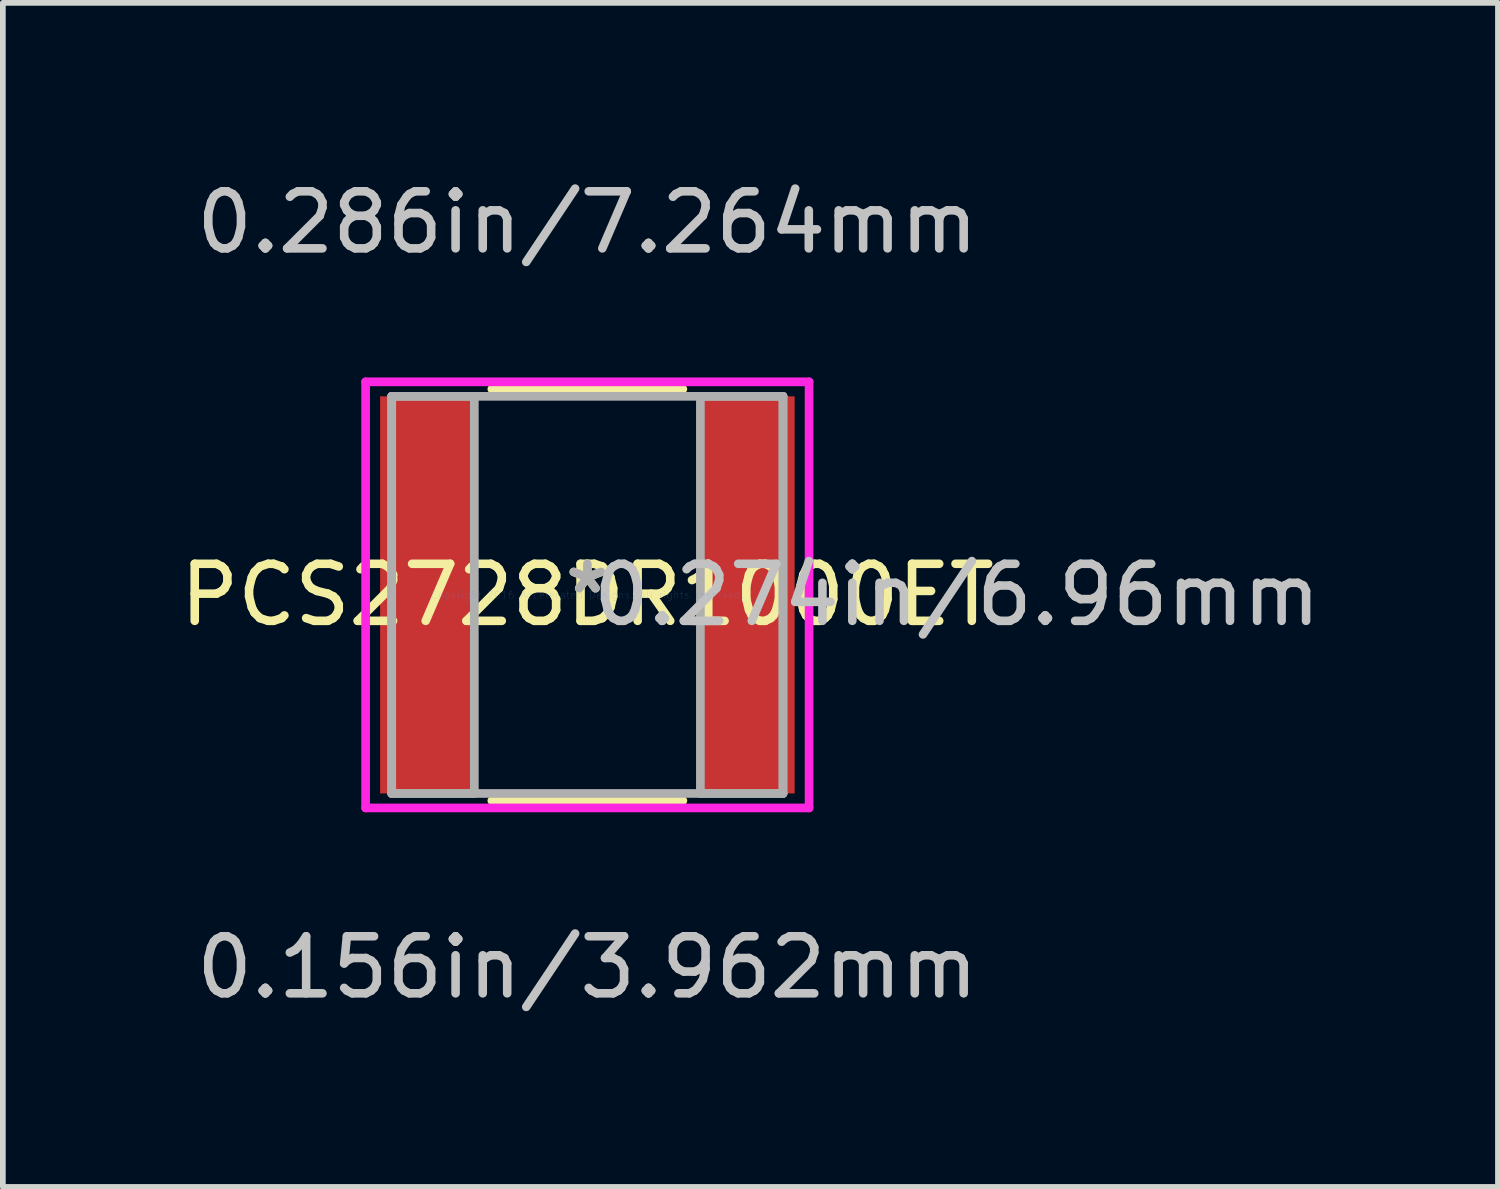
<source format=kicad_pcb>
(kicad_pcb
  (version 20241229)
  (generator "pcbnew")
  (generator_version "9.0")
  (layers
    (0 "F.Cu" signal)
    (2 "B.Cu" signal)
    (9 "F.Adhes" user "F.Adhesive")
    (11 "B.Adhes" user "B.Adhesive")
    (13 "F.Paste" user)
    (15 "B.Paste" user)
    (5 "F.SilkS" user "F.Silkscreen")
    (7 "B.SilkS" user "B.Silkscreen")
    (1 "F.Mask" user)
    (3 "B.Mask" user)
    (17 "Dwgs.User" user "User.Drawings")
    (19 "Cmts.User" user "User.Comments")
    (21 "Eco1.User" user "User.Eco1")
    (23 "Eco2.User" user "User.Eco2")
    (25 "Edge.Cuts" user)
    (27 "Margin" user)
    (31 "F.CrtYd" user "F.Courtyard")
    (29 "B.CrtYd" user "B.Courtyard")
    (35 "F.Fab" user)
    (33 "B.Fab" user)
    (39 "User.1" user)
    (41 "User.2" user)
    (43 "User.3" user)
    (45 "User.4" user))
  (footprint "PCS2728DR1000ET"
    (layer "F.Cu")
    (at 7.244 7.376)
    (property "Reference" "PCS2728DR1000ET" (at 0 0 0) (layer "F.SilkS") (effects (font (size 1 1) (thickness 0.15))))
    (attr through_hole)
    (fp_line (start -1.674 3.607) (end 1.674 3.607) (stroke (width 0.152) (type solid)) (layer "F.SilkS"))
    (fp_line (start 1.674 -3.607) (end -1.674 -3.607) (stroke (width 0.152) (type solid)) (layer "F.SilkS"))
    (fp_line (start -3.886 -3.734) (end 3.886 -3.734) (stroke (width 0.152) (type solid)) (layer "F.CrtYd"))
    (fp_line (start -3.886 3.734) (end -3.886 -3.734) (stroke (width 0.152) (type solid)) (layer "F.CrtYd"))
    (fp_line (start 3.886 -3.734) (end 3.886 3.734) (stroke (width 0.152) (type solid)) (layer "F.CrtYd"))
    (fp_line (start 3.886 3.734) (end -3.886 3.734) (stroke (width 0.152) (type solid)) (layer "F.CrtYd"))
    (fp_line (start -3.429 -3.48) (end -3.429 3.48) (stroke (width 0.152) (type solid)) (layer "F.Fab"))
    (fp_line (start -3.429 -3.48) (end -3.429 3.48) (stroke (width 0.152) (type solid)) (layer "F.Fab"))
    (fp_line (start -3.429 3.48) (end -1.981 3.48) (stroke (width 0.152) (type solid)) (layer "F.Fab"))
    (fp_line (start -3.429 3.48) (end 3.429 3.48) (stroke (width 0.152) (type solid)) (layer "F.Fab"))
    (fp_line (start -1.981 -3.48) (end -3.429 -3.48) (stroke (width 0.152) (type solid)) (layer "F.Fab"))
    (fp_line (start -1.981 3.48) (end -1.981 -3.48) (stroke (width 0.152) (type solid)) (layer "F.Fab"))
    (fp_line (start 1.981 -3.48) (end 1.981 3.48) (stroke (width 0.152) (type solid)) (layer "F.Fab"))
    (fp_line (start 1.981 3.48) (end 3.429 3.48) (stroke (width 0.152) (type solid)) (layer "F.Fab"))
    (fp_line (start 3.429 -3.48) (end -3.429 -3.48) (stroke (width 0.152) (type solid)) (layer "F.Fab"))
    (fp_line (start 3.429 -3.48) (end 1.981 -3.48) (stroke (width 0.152) (type solid)) (layer "F.Fab"))
    (fp_line (start 3.429 3.48) (end 3.429 -3.48) (stroke (width 0.152) (type solid)) (layer "F.Fab"))
    (fp_line (start 3.429 3.48) (end 3.429 -3.48) (stroke (width 0.152) (type solid)) (layer "F.Fab"))
    (fp_text user "*" (at 0 0 0) (layer "F.SilkS") (effects (font (size 1 1) (thickness 0.15))))
    (fp_text user "0.274in/6.96mm" (at 6.477 0 0) (layer "Dwgs.User") (effects (font (size 1 1) (thickness 0.15))))
    (fp_text user "0.156in/3.962mm" (at 0 6.528 0) (layer "Dwgs.User") (effects (font (size 1 1) (thickness 0.15))))
    (fp_text user "0.286in/7.264mm" (at 0 -6.528 0) (layer "Dwgs.User") (effects (font (size 1 1) (thickness 0.15))))
    (fp_text user "Copyright 2016 Accelerated Designs. All rights reserved." (at 0 0 0) (layer "Cmts.User") (effects (font (size 0.127 0.127) (thickness 0.002))))
    (fp_text user "*" (at 0 0 0) (layer "F.Fab") (effects (font (size 1 1) (thickness 0.15))))
    (pad "1" smd rect (at -2.807 0) (size 1.651 6.96) (layers "F.Cu" "F.Mask" "F.Paste"))
    (pad "2" smd rect (at 2.807 0) (size 1.651 6.96) (layers "F.Cu" "F.Mask" "F.Paste")))
  (gr_rect
    (start -3 -3)
    (end 23.203 17.752)
    (stroke (width 0.1) (type default))
    (fill no)
    (layer "Edge.Cuts")))
</source>
